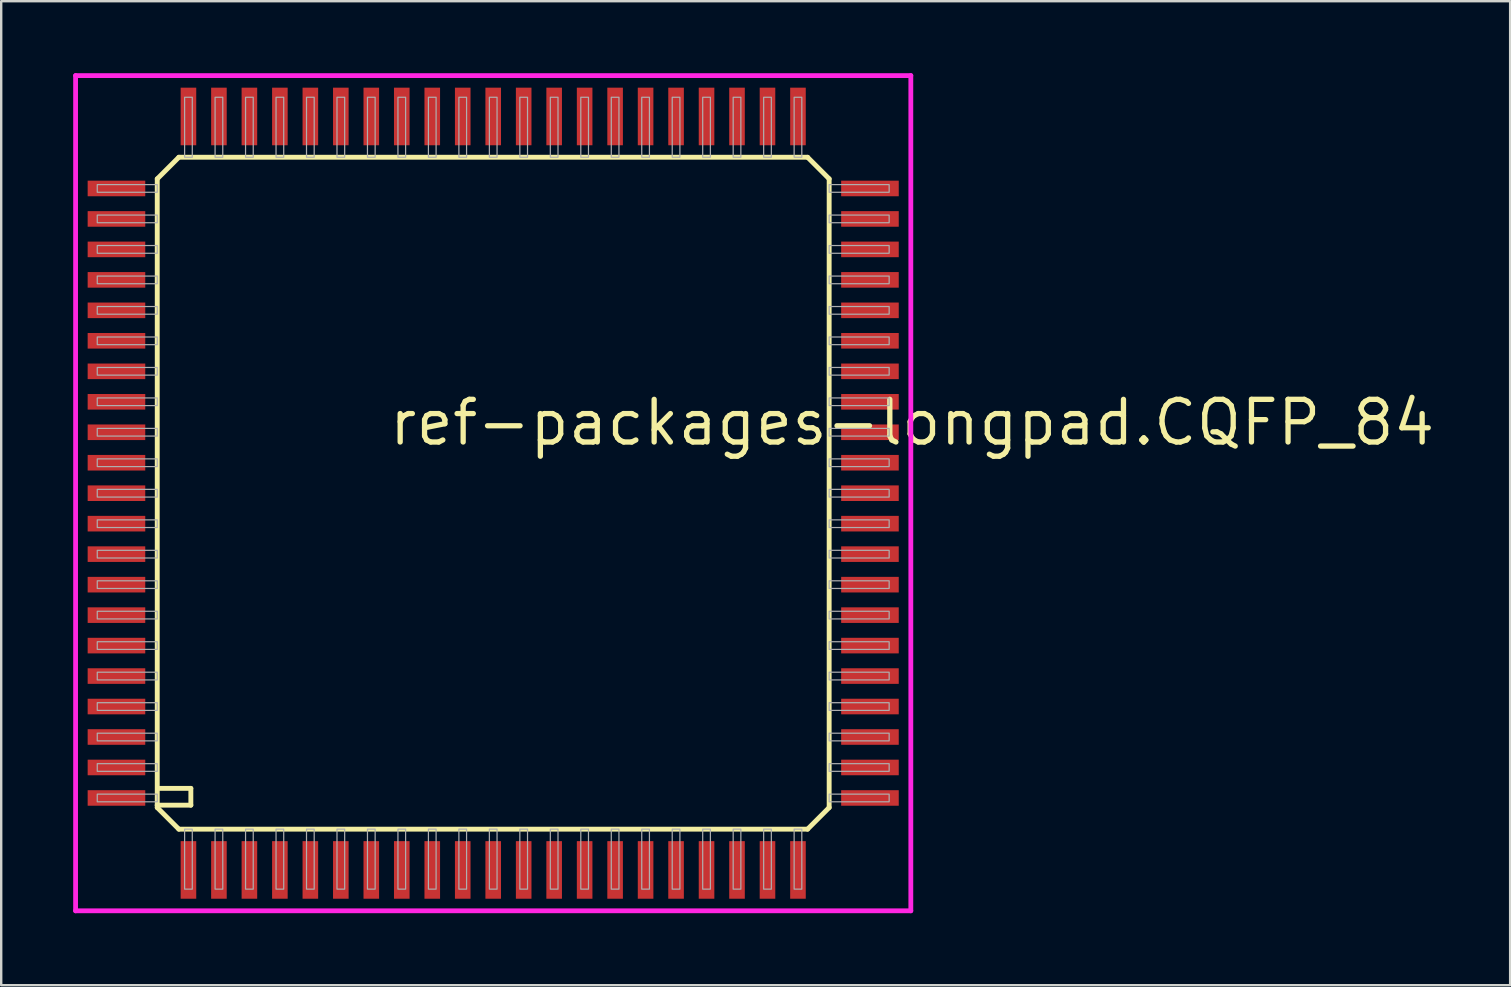
<source format=kicad_pcb>
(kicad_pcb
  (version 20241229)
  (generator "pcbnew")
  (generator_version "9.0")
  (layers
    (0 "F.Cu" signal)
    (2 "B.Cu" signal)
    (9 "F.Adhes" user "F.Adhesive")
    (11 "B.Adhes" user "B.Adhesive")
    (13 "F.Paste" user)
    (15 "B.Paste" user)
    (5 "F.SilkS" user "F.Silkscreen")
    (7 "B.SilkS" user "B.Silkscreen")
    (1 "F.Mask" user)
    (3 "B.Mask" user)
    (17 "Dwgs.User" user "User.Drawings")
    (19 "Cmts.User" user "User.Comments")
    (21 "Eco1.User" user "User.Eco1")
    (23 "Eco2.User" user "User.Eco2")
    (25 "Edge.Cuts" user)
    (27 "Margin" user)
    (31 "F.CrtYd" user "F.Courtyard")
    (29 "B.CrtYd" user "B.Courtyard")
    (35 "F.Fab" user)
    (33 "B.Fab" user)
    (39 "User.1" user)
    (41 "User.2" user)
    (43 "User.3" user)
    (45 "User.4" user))
  (footprint "ref-packages-longpad.CQFP_84"
    (layer "F.Cu")
    (at 17.503 17.503)
    (property "Reference" "ref-packages-longpad.CQFP_84" (at -4.445 -1.905 0) (layer "F.SilkS") (effects (font (size 1.778 1.778) (thickness 0.22)) (justify left bottom)))
    (attr smd)
    (fp_line (start -14 -13.1) (end -14 13) (stroke (width 0.203) (type default)) (layer "F.SilkS"))
    (fp_line (start -14 -13.1) (end -13.1 -14) (stroke (width 0.203) (type default)) (layer "F.SilkS"))
    (fp_line (start -14 13) (end -14 13.1) (stroke (width 0.203) (type default)) (layer "F.SilkS"))
    (fp_line (start -14 13) (end -12.6 13) (stroke (width 0.203) (type default)) (layer "F.SilkS"))
    (fp_line (start -14 13.1) (end -13.1 14) (stroke (width 0.203) (type default)) (layer "F.SilkS"))
    (fp_line (start -13.1 14) (end 13.1 14) (stroke (width 0.203) (type default)) (layer "F.SilkS"))
    (fp_line (start -12.6 12.3) (end -13.9 12.3) (stroke (width 0.203) (type default)) (layer "F.SilkS"))
    (fp_line (start -12.6 13) (end -12.6 12.3) (stroke (width 0.203) (type default)) (layer "F.SilkS"))
    (fp_line (start 13.1 -14) (end -13.1 -14) (stroke (width 0.203) (type default)) (layer "F.SilkS"))
    (fp_line (start 13.1 -14) (end 14 -13.1) (stroke (width 0.203) (type default)) (layer "F.SilkS"))
    (fp_line (start 13.1 14) (end 14 13.1) (stroke (width 0.203) (type default)) (layer "F.SilkS"))
    (fp_line (start 14 13.1) (end 14 -13.1) (stroke (width 0.203) (type default)) (layer "F.SilkS"))
    (fp_line (start -17.403 -17.403) (end 17.403 -17.403) (stroke (width 0.2) (type default)) (layer "F.CrtYd"))
    (fp_line (start -17.403 17.403) (end -17.403 -17.403) (stroke (width 0.2) (type default)) (layer "F.CrtYd"))
    (fp_line (start 17.403 -17.403) (end 17.403 17.403) (stroke (width 0.2) (type default)) (layer "F.CrtYd"))
    (fp_line (start 17.403 17.403) (end -17.403 17.403) (stroke (width 0.2) (type default)) (layer "F.CrtYd"))
    (fp_rect (start -16.5 -12.54) (end -14 -12.86) (stroke (width 0.05) (type default)) (fill no) (layer "F.Fab"))
    (fp_rect (start -16.5 -11.27) (end -14 -11.59) (stroke (width 0.05) (type default)) (fill no) (layer "F.Fab"))
    (fp_rect (start -16.5 -10) (end -14 -10.32) (stroke (width 0.05) (type default)) (fill no) (layer "F.Fab"))
    (fp_rect (start -16.5 -8.73) (end -14 -9.05) (stroke (width 0.05) (type default)) (fill no) (layer "F.Fab"))
    (fp_rect (start -16.5 -7.46) (end -14 -7.78) (stroke (width 0.05) (type default)) (fill no) (layer "F.Fab"))
    (fp_rect (start -16.5 -6.19) (end -14 -6.51) (stroke (width 0.05) (type default)) (fill no) (layer "F.Fab"))
    (fp_rect (start -16.5 -4.92) (end -14 -5.24) (stroke (width 0.05) (type default)) (fill no) (layer "F.Fab"))
    (fp_rect (start -16.5 -3.65) (end -14 -3.97) (stroke (width 0.05) (type default)) (fill no) (layer "F.Fab"))
    (fp_rect (start -16.5 -2.38) (end -14 -2.7) (stroke (width 0.05) (type default)) (fill no) (layer "F.Fab"))
    (fp_rect (start -16.5 -1.11) (end -14 -1.43) (stroke (width 0.05) (type default)) (fill no) (layer "F.Fab"))
    (fp_rect (start -16.5 0.16) (end -14 -0.16) (stroke (width 0.05) (type default)) (fill no) (layer "F.Fab"))
    (fp_rect (start -16.5 1.43) (end -14 1.11) (stroke (width 0.05) (type default)) (fill no) (layer "F.Fab"))
    (fp_rect (start -16.5 2.7) (end -14 2.38) (stroke (width 0.05) (type default)) (fill no) (layer "F.Fab"))
    (fp_rect (start -16.5 3.97) (end -14 3.65) (stroke (width 0.05) (type default)) (fill no) (layer "F.Fab"))
    (fp_rect (start -16.5 5.24) (end -14 4.92) (stroke (width 0.05) (type default)) (fill no) (layer "F.Fab"))
    (fp_rect (start -16.5 6.51) (end -14 6.19) (stroke (width 0.05) (type default)) (fill no) (layer "F.Fab"))
    (fp_rect (start -16.5 7.78) (end -14 7.46) (stroke (width 0.05) (type default)) (fill no) (layer "F.Fab"))
    (fp_rect (start -16.5 9.05) (end -14 8.73) (stroke (width 0.05) (type default)) (fill no) (layer "F.Fab"))
    (fp_rect (start -16.5 10.32) (end -14 10) (stroke (width 0.05) (type default)) (fill no) (layer "F.Fab"))
    (fp_rect (start -16.5 11.59) (end -14 11.27) (stroke (width 0.05) (type default)) (fill no) (layer "F.Fab"))
    (fp_rect (start -16.5 12.86) (end -14 12.54) (stroke (width 0.05) (type default)) (fill no) (layer "F.Fab"))
    (fp_rect (start -12.86 -14) (end -12.54 -16.5) (stroke (width 0.05) (type default)) (fill no) (layer "F.Fab"))
    (fp_rect (start -12.86 16.5) (end -12.54 14) (stroke (width 0.05) (type default)) (fill no) (layer "F.Fab"))
    (fp_rect (start -11.59 -14) (end -11.27 -16.5) (stroke (width 0.05) (type default)) (fill no) (layer "F.Fab"))
    (fp_rect (start -11.59 16.5) (end -11.27 14) (stroke (width 0.05) (type default)) (fill no) (layer "F.Fab"))
    (fp_rect (start -10.32 -14) (end -10 -16.5) (stroke (width 0.05) (type default)) (fill no) (layer "F.Fab"))
    (fp_rect (start -10.32 16.5) (end -10 14) (stroke (width 0.05) (type default)) (fill no) (layer "F.Fab"))
    (fp_rect (start -9.05 -14) (end -8.73 -16.5) (stroke (width 0.05) (type default)) (fill no) (layer "F.Fab"))
    (fp_rect (start -9.05 16.5) (end -8.73 14) (stroke (width 0.05) (type default)) (fill no) (layer "F.Fab"))
    (fp_rect (start -7.78 -14) (end -7.46 -16.5) (stroke (width 0.05) (type default)) (fill no) (layer "F.Fab"))
    (fp_rect (start -7.78 16.5) (end -7.46 14) (stroke (width 0.05) (type default)) (fill no) (layer "F.Fab"))
    (fp_rect (start -6.51 -14) (end -6.19 -16.5) (stroke (width 0.05) (type default)) (fill no) (layer "F.Fab"))
    (fp_rect (start -6.51 16.5) (end -6.19 14) (stroke (width 0.05) (type default)) (fill no) (layer "F.Fab"))
    (fp_rect (start -5.24 -14) (end -4.92 -16.5) (stroke (width 0.05) (type default)) (fill no) (layer "F.Fab"))
    (fp_rect (start -5.24 16.5) (end -4.92 14) (stroke (width 0.05) (type default)) (fill no) (layer "F.Fab"))
    (fp_rect (start -3.97 -14) (end -3.65 -16.5) (stroke (width 0.05) (type default)) (fill no) (layer "F.Fab"))
    (fp_rect (start -3.97 16.5) (end -3.65 14) (stroke (width 0.05) (type default)) (fill no) (layer "F.Fab"))
    (fp_rect (start -2.7 -14) (end -2.38 -16.5) (stroke (width 0.05) (type default)) (fill no) (layer "F.Fab"))
    (fp_rect (start -2.7 16.5) (end -2.38 14) (stroke (width 0.05) (type default)) (fill no) (layer "F.Fab"))
    (fp_rect (start -1.43 -14) (end -1.11 -16.5) (stroke (width 0.05) (type default)) (fill no) (layer "F.Fab"))
    (fp_rect (start -1.43 16.5) (end -1.11 14) (stroke (width 0.05) (type default)) (fill no) (layer "F.Fab"))
    (fp_rect (start -0.16 -14) (end 0.16 -16.5) (stroke (width 0.05) (type default)) (fill no) (layer "F.Fab"))
    (fp_rect (start -0.16 16.5) (end 0.16 14) (stroke (width 0.05) (type default)) (fill no) (layer "F.Fab"))
    (fp_rect (start 1.11 -14) (end 1.43 -16.5) (stroke (width 0.05) (type default)) (fill no) (layer "F.Fab"))
    (fp_rect (start 1.11 16.5) (end 1.43 14) (stroke (width 0.05) (type default)) (fill no) (layer "F.Fab"))
    (fp_rect (start 2.38 -14) (end 2.7 -16.5) (stroke (width 0.05) (type default)) (fill no) (layer "F.Fab"))
    (fp_rect (start 2.38 16.5) (end 2.7 14) (stroke (width 0.05) (type default)) (fill no) (layer "F.Fab"))
    (fp_rect (start 3.65 -14) (end 3.97 -16.5) (stroke (width 0.05) (type default)) (fill no) (layer "F.Fab"))
    (fp_rect (start 3.65 16.5) (end 3.97 14) (stroke (width 0.05) (type default)) (fill no) (layer "F.Fab"))
    (fp_rect (start 4.92 -14) (end 5.24 -16.5) (stroke (width 0.05) (type default)) (fill no) (layer "F.Fab"))
    (fp_rect (start 4.92 16.5) (end 5.24 14) (stroke (width 0.05) (type default)) (fill no) (layer "F.Fab"))
    (fp_rect (start 6.19 -14) (end 6.51 -16.5) (stroke (width 0.05) (type default)) (fill no) (layer "F.Fab"))
    (fp_rect (start 6.19 16.5) (end 6.51 14) (stroke (width 0.05) (type default)) (fill no) (layer "F.Fab"))
    (fp_rect (start 7.46 -14) (end 7.78 -16.5) (stroke (width 0.05) (type default)) (fill no) (layer "F.Fab"))
    (fp_rect (start 7.46 16.5) (end 7.78 14) (stroke (width 0.05) (type default)) (fill no) (layer "F.Fab"))
    (fp_rect (start 8.73 -14) (end 9.05 -16.5) (stroke (width 0.05) (type default)) (fill no) (layer "F.Fab"))
    (fp_rect (start 8.73 16.5) (end 9.05 14) (stroke (width 0.05) (type default)) (fill no) (layer "F.Fab"))
    (fp_rect (start 10 -14) (end 10.32 -16.5) (stroke (width 0.05) (type default)) (fill no) (layer "F.Fab"))
    (fp_rect (start 10 16.5) (end 10.32 14) (stroke (width 0.05) (type default)) (fill no) (layer "F.Fab"))
    (fp_rect (start 11.27 -14) (end 11.59 -16.5) (stroke (width 0.05) (type default)) (fill no) (layer "F.Fab"))
    (fp_rect (start 11.27 16.5) (end 11.59 14) (stroke (width 0.05) (type default)) (fill no) (layer "F.Fab"))
    (fp_rect (start 12.54 -14) (end 12.86 -16.5) (stroke (width 0.05) (type default)) (fill no) (layer "F.Fab"))
    (fp_rect (start 12.54 16.5) (end 12.86 14) (stroke (width 0.05) (type default)) (fill no) (layer "F.Fab"))
    (fp_rect (start 14 -12.54) (end 16.5 -12.86) (stroke (width 0.05) (type default)) (fill no) (layer "F.Fab"))
    (fp_rect (start 14 -11.27) (end 16.5 -11.59) (stroke (width 0.05) (type default)) (fill no) (layer "F.Fab"))
    (fp_rect (start 14 -10) (end 16.5 -10.32) (stroke (width 0.05) (type default)) (fill no) (layer "F.Fab"))
    (fp_rect (start 14 -8.73) (end 16.5 -9.05) (stroke (width 0.05) (type default)) (fill no) (layer "F.Fab"))
    (fp_rect (start 14 -7.46) (end 16.5 -7.78) (stroke (width 0.05) (type default)) (fill no) (layer "F.Fab"))
    (fp_rect (start 14 -6.19) (end 16.5 -6.51) (stroke (width 0.05) (type default)) (fill no) (layer "F.Fab"))
    (fp_rect (start 14 -4.92) (end 16.5 -5.24) (stroke (width 0.05) (type default)) (fill no) (layer "F.Fab"))
    (fp_rect (start 14 -3.65) (end 16.5 -3.97) (stroke (width 0.05) (type default)) (fill no) (layer "F.Fab"))
    (fp_rect (start 14 -2.38) (end 16.5 -2.7) (stroke (width 0.05) (type default)) (fill no) (layer "F.Fab"))
    (fp_rect (start 14 -1.11) (end 16.5 -1.43) (stroke (width 0.05) (type default)) (fill no) (layer "F.Fab"))
    (fp_rect (start 14 0.16) (end 16.5 -0.16) (stroke (width 0.05) (type default)) (fill no) (layer "F.Fab"))
    (fp_rect (start 14 1.43) (end 16.5 1.11) (stroke (width 0.05) (type default)) (fill no) (layer "F.Fab"))
    (fp_rect (start 14 2.7) (end 16.5 2.38) (stroke (width 0.05) (type default)) (fill no) (layer "F.Fab"))
    (fp_rect (start 14 3.97) (end 16.5 3.65) (stroke (width 0.05) (type default)) (fill no) (layer "F.Fab"))
    (fp_rect (start 14 5.24) (end 16.5 4.92) (stroke (width 0.05) (type default)) (fill no) (layer "F.Fab"))
    (fp_rect (start 14 6.51) (end 16.5 6.19) (stroke (width 0.05) (type default)) (fill no) (layer "F.Fab"))
    (fp_rect (start 14 7.78) (end 16.5 7.46) (stroke (width 0.05) (type default)) (fill no) (layer "F.Fab"))
    (fp_rect (start 14 9.05) (end 16.5 8.73) (stroke (width 0.05) (type default)) (fill no) (layer "F.Fab"))
    (fp_rect (start 14 10.32) (end 16.5 10) (stroke (width 0.05) (type default)) (fill no) (layer "F.Fab"))
    (fp_rect (start 14 11.59) (end 16.5 11.27) (stroke (width 0.05) (type default)) (fill no) (layer "F.Fab"))
    (fp_rect (start 14 12.86) (end 16.5 12.54) (stroke (width 0.05) (type default)) (fill no) (layer "F.Fab"))
    (pad "1" smd roundrect (at -12.7 15.7) (size 0.65 2.4) (layers "F.Cu" "F.Mask" "F.Paste") (roundrect_rratio 0.01))
    (pad "2" smd roundrect (at -11.43 15.7) (size 0.65 2.4) (layers "F.Cu" "F.Mask" "F.Paste") (roundrect_rratio 0.01))
    (pad "3" smd roundrect (at -10.16 15.7) (size 0.65 2.4) (layers "F.Cu" "F.Mask" "F.Paste") (roundrect_rratio 0.01))
    (pad "4" smd roundrect (at -8.89 15.7) (size 0.65 2.4) (layers "F.Cu" "F.Mask" "F.Paste") (roundrect_rratio 0.01))
    (pad "5" smd roundrect (at -7.62 15.7) (size 0.65 2.4) (layers "F.Cu" "F.Mask" "F.Paste") (roundrect_rratio 0.01))
    (pad "6" smd roundrect (at -6.35 15.7) (size 0.65 2.4) (layers "F.Cu" "F.Mask" "F.Paste") (roundrect_rratio 0.01))
    (pad "7" smd roundrect (at -5.08 15.7) (size 0.65 2.4) (layers "F.Cu" "F.Mask" "F.Paste") (roundrect_rratio 0.01))
    (pad "8" smd roundrect (at -3.81 15.7) (size 0.65 2.4) (layers "F.Cu" "F.Mask" "F.Paste") (roundrect_rratio 0.01))
    (pad "9" smd roundrect (at -2.54 15.7) (size 0.65 2.4) (layers "F.Cu" "F.Mask" "F.Paste") (roundrect_rratio 0.01))
    (pad "10" smd roundrect (at -1.27 15.7) (size 0.65 2.4) (layers "F.Cu" "F.Mask" "F.Paste") (roundrect_rratio 0.01))
    (pad "11" smd roundrect (at 0 15.7) (size 0.65 2.4) (layers "F.Cu" "F.Mask" "F.Paste") (roundrect_rratio 0.01))
    (pad "12" smd roundrect (at 1.27 15.7) (size 0.65 2.4) (layers "F.Cu" "F.Mask" "F.Paste") (roundrect_rratio 0.01))
    (pad "13" smd roundrect (at 2.54 15.7) (size 0.65 2.4) (layers "F.Cu" "F.Mask" "F.Paste") (roundrect_rratio 0.01))
    (pad "14" smd roundrect (at 3.81 15.7) (size 0.65 2.4) (layers "F.Cu" "F.Mask" "F.Paste") (roundrect_rratio 0.01))
    (pad "15" smd roundrect (at 5.08 15.7) (size 0.65 2.4) (layers "F.Cu" "F.Mask" "F.Paste") (roundrect_rratio 0.01))
    (pad "16" smd roundrect (at 6.35 15.7) (size 0.65 2.4) (layers "F.Cu" "F.Mask" "F.Paste") (roundrect_rratio 0.01))
    (pad "17" smd roundrect (at 7.62 15.7) (size 0.65 2.4) (layers "F.Cu" "F.Mask" "F.Paste") (roundrect_rratio 0.01))
    (pad "18" smd roundrect (at 8.89 15.7) (size 0.65 2.4) (layers "F.Cu" "F.Mask" "F.Paste") (roundrect_rratio 0.01))
    (pad "19" smd roundrect (at 10.16 15.7) (size 0.65 2.4) (layers "F.Cu" "F.Mask" "F.Paste") (roundrect_rratio 0.01))
    (pad "20" smd roundrect (at 11.43 15.7) (size 0.65 2.4) (layers "F.Cu" "F.Mask" "F.Paste") (roundrect_rratio 0.01))
    (pad "21" smd roundrect (at 12.7 15.7) (size 0.65 2.4) (layers "F.Cu" "F.Mask" "F.Paste") (roundrect_rratio 0.01))
    (pad "22" smd roundrect (at 15.7 12.7) (size 2.4 0.65) (layers "F.Cu" "F.Mask" "F.Paste") (roundrect_rratio 0.01))
    (pad "23" smd roundrect (at 15.7 11.43) (size 2.4 0.65) (layers "F.Cu" "F.Mask" "F.Paste") (roundrect_rratio 0.01))
    (pad "24" smd roundrect (at 15.7 10.16) (size 2.4 0.65) (layers "F.Cu" "F.Mask" "F.Paste") (roundrect_rratio 0.01))
    (pad "25" smd roundrect (at 15.7 8.89) (size 2.4 0.65) (layers "F.Cu" "F.Mask" "F.Paste") (roundrect_rratio 0.01))
    (pad "26" smd roundrect (at 15.7 7.62) (size 2.4 0.65) (layers "F.Cu" "F.Mask" "F.Paste") (roundrect_rratio 0.01))
    (pad "27" smd roundrect (at 15.7 6.35) (size 2.4 0.65) (layers "F.Cu" "F.Mask" "F.Paste") (roundrect_rratio 0.01))
    (pad "28" smd roundrect (at 15.7 5.08) (size 2.4 0.65) (layers "F.Cu" "F.Mask" "F.Paste") (roundrect_rratio 0.01))
    (pad "29" smd roundrect (at 15.7 3.81) (size 2.4 0.65) (layers "F.Cu" "F.Mask" "F.Paste") (roundrect_rratio 0.01))
    (pad "30" smd roundrect (at 15.7 2.54) (size 2.4 0.65) (layers "F.Cu" "F.Mask" "F.Paste") (roundrect_rratio 0.01))
    (pad "31" smd roundrect (at 15.7 1.27) (size 2.4 0.65) (layers "F.Cu" "F.Mask" "F.Paste") (roundrect_rratio 0.01))
    (pad "32" smd roundrect (at 15.7 0) (size 2.4 0.65) (layers "F.Cu" "F.Mask" "F.Paste") (roundrect_rratio 0.01))
    (pad "33" smd roundrect (at 15.7 -1.27) (size 2.4 0.65) (layers "F.Cu" "F.Mask" "F.Paste") (roundrect_rratio 0.01))
    (pad "34" smd roundrect (at 15.7 -2.54) (size 2.4 0.65) (layers "F.Cu" "F.Mask" "F.Paste") (roundrect_rratio 0.01))
    (pad "35" smd roundrect (at 15.7 -3.81) (size 2.4 0.65) (layers "F.Cu" "F.Mask" "F.Paste") (roundrect_rratio 0.01))
    (pad "36" smd roundrect (at 15.7 -5.08) (size 2.4 0.65) (layers "F.Cu" "F.Mask" "F.Paste") (roundrect_rratio 0.01))
    (pad "37" smd roundrect (at 15.7 -6.35) (size 2.4 0.65) (layers "F.Cu" "F.Mask" "F.Paste") (roundrect_rratio 0.01))
    (pad "38" smd roundrect (at 15.7 -7.62) (size 2.4 0.65) (layers "F.Cu" "F.Mask" "F.Paste") (roundrect_rratio 0.01))
    (pad "39" smd roundrect (at 15.7 -8.89) (size 2.4 0.65) (layers "F.Cu" "F.Mask" "F.Paste") (roundrect_rratio 0.01))
    (pad "40" smd roundrect (at 15.7 -10.16) (size 2.4 0.65) (layers "F.Cu" "F.Mask" "F.Paste") (roundrect_rratio 0.01))
    (pad "41" smd roundrect (at 15.7 -11.43) (size 2.4 0.65) (layers "F.Cu" "F.Mask" "F.Paste") (roundrect_rratio 0.01))
    (pad "42" smd roundrect (at 15.7 -12.7) (size 2.4 0.65) (layers "F.Cu" "F.Mask" "F.Paste") (roundrect_rratio 0.01))
    (pad "43" smd roundrect (at 12.7 -15.7) (size 0.65 2.4) (layers "F.Cu" "F.Mask" "F.Paste") (roundrect_rratio 0.01))
    (pad "44" smd roundrect (at 11.43 -15.7) (size 0.65 2.4) (layers "F.Cu" "F.Mask" "F.Paste") (roundrect_rratio 0.01))
    (pad "45" smd roundrect (at 10.16 -15.7) (size 0.65 2.4) (layers "F.Cu" "F.Mask" "F.Paste") (roundrect_rratio 0.01))
    (pad "46" smd roundrect (at 8.89 -15.7) (size 0.65 2.4) (layers "F.Cu" "F.Mask" "F.Paste") (roundrect_rratio 0.01))
    (pad "47" smd roundrect (at 7.62 -15.7) (size 0.65 2.4) (layers "F.Cu" "F.Mask" "F.Paste") (roundrect_rratio 0.01))
    (pad "48" smd roundrect (at 6.35 -15.7) (size 0.65 2.4) (layers "F.Cu" "F.Mask" "F.Paste") (roundrect_rratio 0.01))
    (pad "49" smd roundrect (at 5.08 -15.7) (size 0.65 2.4) (layers "F.Cu" "F.Mask" "F.Paste") (roundrect_rratio 0.01))
    (pad "50" smd roundrect (at 3.81 -15.7) (size 0.65 2.4) (layers "F.Cu" "F.Mask" "F.Paste") (roundrect_rratio 0.01))
    (pad "51" smd roundrect (at 2.54 -15.7) (size 0.65 2.4) (layers "F.Cu" "F.Mask" "F.Paste") (roundrect_rratio 0.01))
    (pad "52" smd roundrect (at 1.27 -15.7) (size 0.65 2.4) (layers "F.Cu" "F.Mask" "F.Paste") (roundrect_rratio 0.01))
    (pad "53" smd roundrect (at 0 -15.7) (size 0.65 2.4) (layers "F.Cu" "F.Mask" "F.Paste") (roundrect_rratio 0.01))
    (pad "54" smd roundrect (at -1.27 -15.7) (size 0.65 2.4) (layers "F.Cu" "F.Mask" "F.Paste") (roundrect_rratio 0.01))
    (pad "55" smd roundrect (at -2.54 -15.7) (size 0.65 2.4) (layers "F.Cu" "F.Mask" "F.Paste") (roundrect_rratio 0.01))
    (pad "56" smd roundrect (at -3.81 -15.7) (size 0.65 2.4) (layers "F.Cu" "F.Mask" "F.Paste") (roundrect_rratio 0.01))
    (pad "57" smd roundrect (at -5.08 -15.7) (size 0.65 2.4) (layers "F.Cu" "F.Mask" "F.Paste") (roundrect_rratio 0.01))
    (pad "58" smd roundrect (at -6.35 -15.7) (size 0.65 2.4) (layers "F.Cu" "F.Mask" "F.Paste") (roundrect_rratio 0.01))
    (pad "59" smd roundrect (at -7.62 -15.7) (size 0.65 2.4) (layers "F.Cu" "F.Mask" "F.Paste") (roundrect_rratio 0.01))
    (pad "60" smd roundrect (at -8.89 -15.7) (size 0.65 2.4) (layers "F.Cu" "F.Mask" "F.Paste") (roundrect_rratio 0.01))
    (pad "61" smd roundrect (at -10.16 -15.7) (size 0.65 2.4) (layers "F.Cu" "F.Mask" "F.Paste") (roundrect_rratio 0.01))
    (pad "62" smd roundrect (at -11.43 -15.7) (size 0.65 2.4) (layers "F.Cu" "F.Mask" "F.Paste") (roundrect_rratio 0.01))
    (pad "63" smd roundrect (at -12.7 -15.7) (size 0.65 2.4) (layers "F.Cu" "F.Mask" "F.Paste") (roundrect_rratio 0.01))
    (pad "64" smd roundrect (at -15.7 -12.7) (size 2.4 0.65) (layers "F.Cu" "F.Mask" "F.Paste") (roundrect_rratio 0.01))
    (pad "65" smd roundrect (at -15.7 -11.43) (size 2.4 0.65) (layers "F.Cu" "F.Mask" "F.Paste") (roundrect_rratio 0.01))
    (pad "66" smd roundrect (at -15.7 -10.16) (size 2.4 0.65) (layers "F.Cu" "F.Mask" "F.Paste") (roundrect_rratio 0.01))
    (pad "67" smd roundrect (at -15.7 -8.89) (size 2.4 0.65) (layers "F.Cu" "F.Mask" "F.Paste") (roundrect_rratio 0.01))
    (pad "68" smd roundrect (at -15.7 -7.62) (size 2.4 0.65) (layers "F.Cu" "F.Mask" "F.Paste") (roundrect_rratio 0.01))
    (pad "69" smd roundrect (at -15.7 -6.35) (size 2.4 0.65) (layers "F.Cu" "F.Mask" "F.Paste") (roundrect_rratio 0.01))
    (pad "70" smd roundrect (at -15.7 -5.08) (size 2.4 0.65) (layers "F.Cu" "F.Mask" "F.Paste") (roundrect_rratio 0.01))
    (pad "71" smd roundrect (at -15.7 -3.81) (size 2.4 0.65) (layers "F.Cu" "F.Mask" "F.Paste") (roundrect_rratio 0.01))
    (pad "72" smd roundrect (at -15.7 -2.54) (size 2.4 0.65) (layers "F.Cu" "F.Mask" "F.Paste") (roundrect_rratio 0.01))
    (pad "73" smd roundrect (at -15.7 -1.27) (size 2.4 0.65) (layers "F.Cu" "F.Mask" "F.Paste") (roundrect_rratio 0.01))
    (pad "74" smd roundrect (at -15.7 0) (size 2.4 0.65) (layers "F.Cu" "F.Mask" "F.Paste") (roundrect_rratio 0.01))
    (pad "75" smd roundrect (at -15.7 1.27) (size 2.4 0.65) (layers "F.Cu" "F.Mask" "F.Paste") (roundrect_rratio 0.01))
    (pad "76" smd roundrect (at -15.7 2.54) (size 2.4 0.65) (layers "F.Cu" "F.Mask" "F.Paste") (roundrect_rratio 0.01))
    (pad "77" smd roundrect (at -15.7 3.81) (size 2.4 0.65) (layers "F.Cu" "F.Mask" "F.Paste") (roundrect_rratio 0.01))
    (pad "78" smd roundrect (at -15.7 5.08) (size 2.4 0.65) (layers "F.Cu" "F.Mask" "F.Paste") (roundrect_rratio 0.01))
    (pad "79" smd roundrect (at -15.7 6.35) (size 2.4 0.65) (layers "F.Cu" "F.Mask" "F.Paste") (roundrect_rratio 0.01))
    (pad "80" smd roundrect (at -15.7 7.62) (size 2.4 0.65) (layers "F.Cu" "F.Mask" "F.Paste") (roundrect_rratio 0.01))
    (pad "81" smd roundrect (at -15.7 8.89) (size 2.4 0.65) (layers "F.Cu" "F.Mask" "F.Paste") (roundrect_rratio 0.01))
    (pad "82" smd roundrect (at -15.7 10.16) (size 2.4 0.65) (layers "F.Cu" "F.Mask" "F.Paste") (roundrect_rratio 0.01))
    (pad "83" smd roundrect (at -15.7 11.43) (size 2.4 0.65) (layers "F.Cu" "F.Mask" "F.Paste") (roundrect_rratio 0.01))
    (pad "84" smd roundrect (at -15.7 12.7) (size 2.4 0.65) (layers "F.Cu" "F.Mask" "F.Paste") (roundrect_rratio 0.01)))
  (gr_rect
    (start -3 -3)
    (end 59.881 38.006)
    (stroke (width 0.1) (type default))
    (fill no)
    (layer "Edge.Cuts")))
</source>
